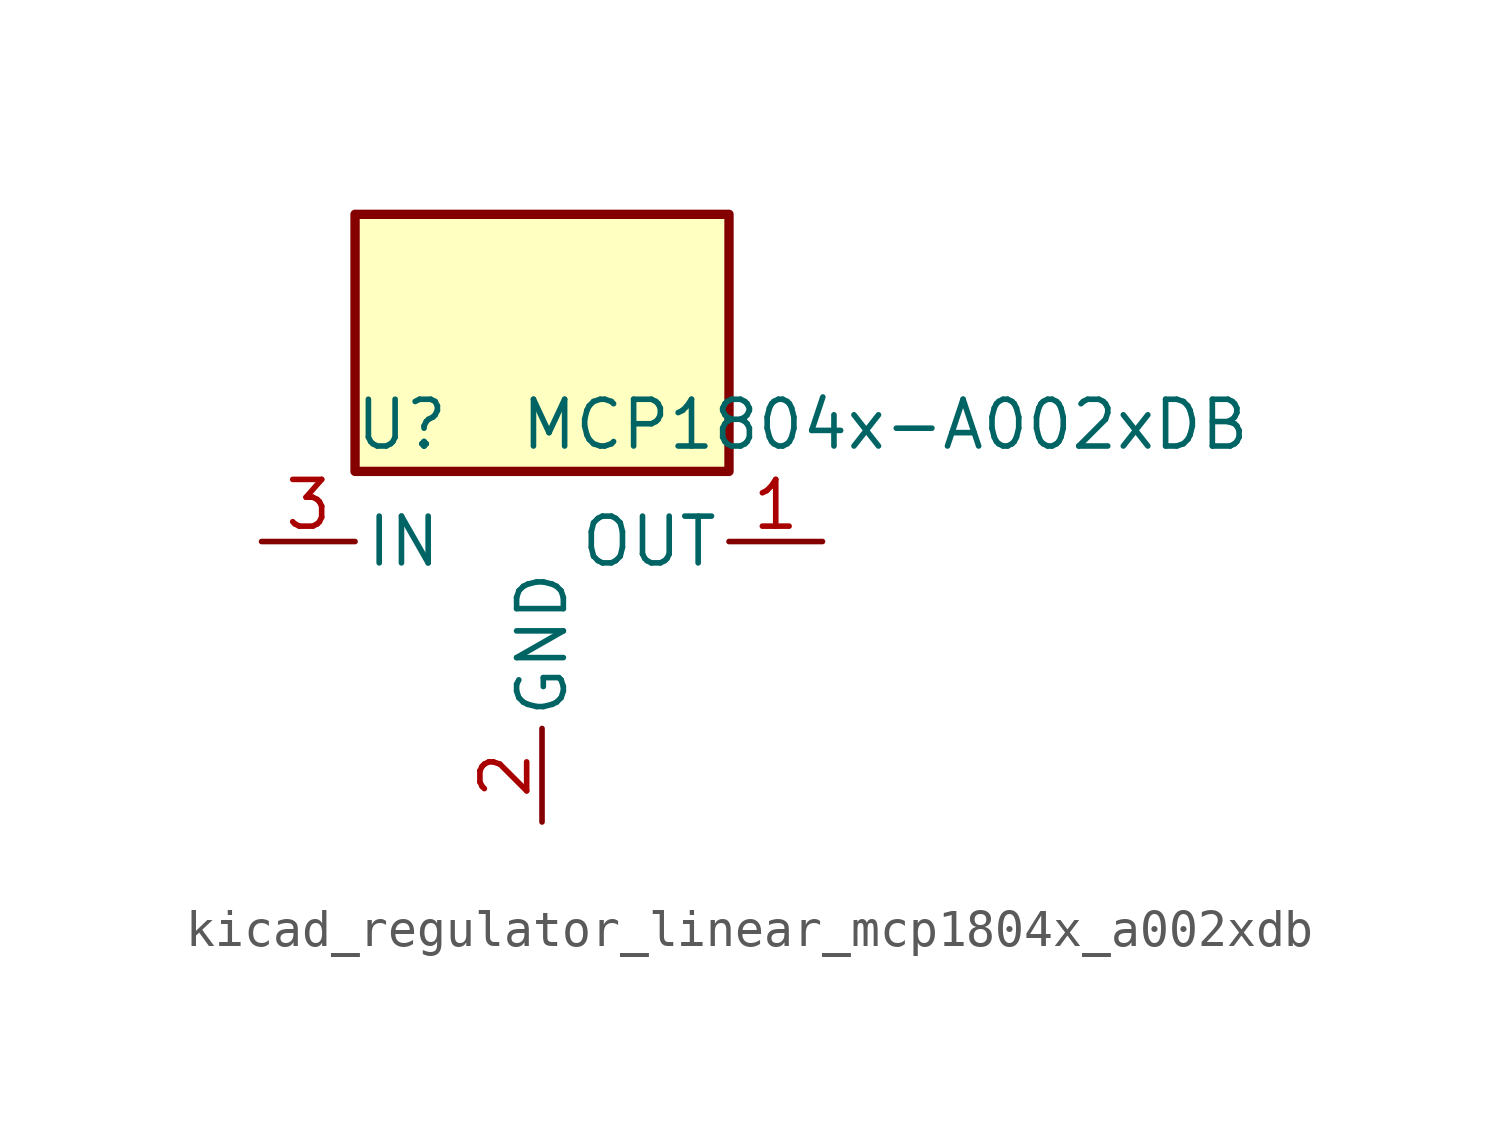
<source format=kicad_sym>
(kicad_symbol_lib
  (version 20220914)
  (generator kicad_symbol_editor)
  (symbol "kicad_regulator_linear_mcp1804x_a002xdb"
    (pin_names
      (offset 0.254))
    (property "Reference" "U"
      (at -3.81 3.175 0)
      (effects (font (size 1.27 1.27))))
    (property "Value" "MCP1804x-A002xDB"
      (at -0.635 3.175 0)
      (effects (font (size 1.27 1.27)) (justify left)))
    (symbol "kicad_regulator_linear_mcp1804x_a002xdb_0_1"
      (rectangle (start 5.08 8.89) (end -5.08 1.905) (stroke (width 0.254) (type default)) (fill (type background))))
    (symbol "kicad_regulator_linear_mcp1804x_a002xdb_1_1"
      (pin power_out line (at 7.62 0 180) (length 2.54) (name "OUT" (effects (font (size 1.27 1.27)))) (number "1" (effects (font (size 1.27 1.27)))))
      (pin power_in line (at 0 -7.62 90) (length 2.54) (name "GND" (effects (font (size 1.27 1.27)))) (number "2" (effects (font (size 1.27 1.27)))))
      (pin power_in line (at -7.62 0 0) (length 2.54) (name "IN" (effects (font (size 1.27 1.27)))) (number "3" (effects (font (size 1.27 1.27))))))))
</source>
